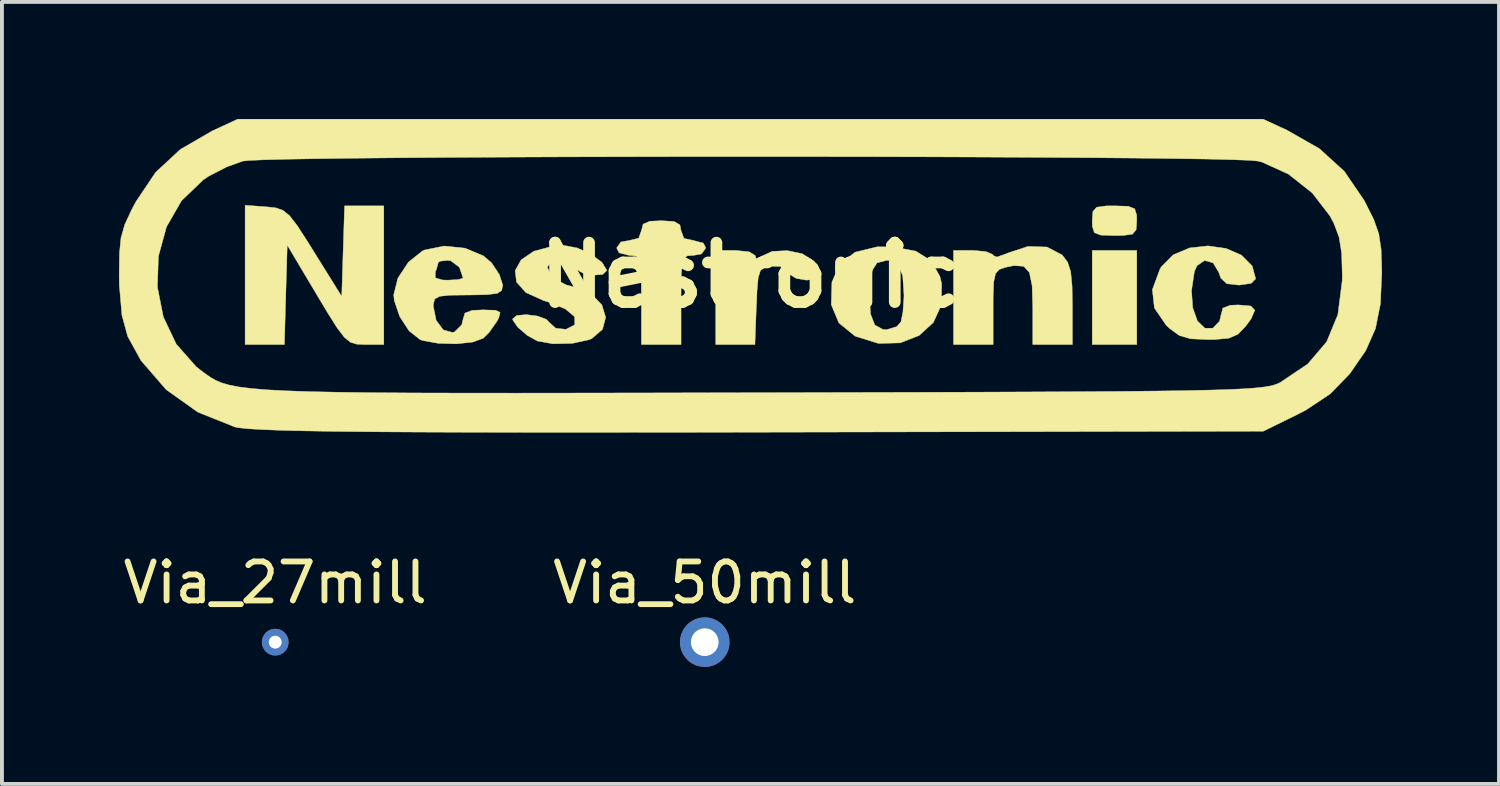
<source format=kicad_pcb>
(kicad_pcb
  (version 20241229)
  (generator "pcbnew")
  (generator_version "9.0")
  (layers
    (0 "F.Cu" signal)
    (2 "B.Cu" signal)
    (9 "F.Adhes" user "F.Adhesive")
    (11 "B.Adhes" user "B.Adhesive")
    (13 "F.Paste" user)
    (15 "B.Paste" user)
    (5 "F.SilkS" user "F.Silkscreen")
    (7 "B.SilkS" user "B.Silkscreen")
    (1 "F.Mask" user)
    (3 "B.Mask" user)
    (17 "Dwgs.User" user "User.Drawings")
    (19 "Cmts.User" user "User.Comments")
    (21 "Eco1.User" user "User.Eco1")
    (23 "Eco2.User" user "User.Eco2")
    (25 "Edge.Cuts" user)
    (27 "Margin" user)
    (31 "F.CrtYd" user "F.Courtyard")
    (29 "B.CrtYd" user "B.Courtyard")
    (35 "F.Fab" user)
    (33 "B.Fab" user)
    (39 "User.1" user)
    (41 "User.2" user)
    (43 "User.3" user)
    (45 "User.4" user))
  (footprint "Via_27mill"
    (layer "F.Cu")
    (at 4.006 13.413)
    (property "Reference" "Via_27mill" (at 0 -1.524 0) (layer "F.SilkS") (effects (font (size 1 1) (thickness 0.15))))
    (attr through_hole)
    (pad "" thru_hole circle (at 0 0) (size 0.686 0.686) (drill 0.33) (layers "*.Cu")))
  (footprint "Via_50mill"
    (layer "F.Cu")
    (at 15.018 13.413)
    (property "Reference" "Via_50mill" (at 0 -1.524 0) (layer "F.SilkS") (effects (font (size 1 1) (thickness 0.15))))
    (attr through_hole)
    (pad "" thru_hole circle (at 0 0) (size 1.27 1.27) (drill 0.711) (layers "*.Cu")))
  (footprint "Nestronic"
    (layer "F.Cu")
    (at 16.188 4.005)
    (property "Reference" "Nestronic" (at 0 0 0) (layer "F.SilkS") (effects (font (size 1.524 1.524) (thickness 0.3))))
    (attr through_hole)
    (fp_poly (pts (xy 9.906 1.778) (xy 8.763 1.778) (xy 8.763 -0.635) (xy 9.906 -0.635) (xy 9.906 1.778)) (stroke (width 0.01) (type solid)) (fill yes) (layer "F.SilkS"))
    (fp_poly (pts (xy 9.686 -1.767) (xy 9.852 -1.703) (xy 9.903 -1.541) (xy 9.906 -1.397) (xy 9.889 -1.163) (xy 9.794 -1.052) (xy 9.55 -1.018) (xy 9.335 -1.016) (xy 8.983 -1.027) (xy 8.817 -1.091) (xy 8.766 -1.253) (xy 8.763 -1.397) (xy 8.78 -1.631) (xy 8.875 -1.742) (xy 9.119 -1.776) (xy 9.335 -1.778) (xy 9.686 -1.767)) (stroke (width 0.01) (type solid)) (fill yes) (layer "F.SilkS"))
    (fp_poly (pts (xy -12.418 -1.754) (xy -12.173 -1.728) (xy -11.987 -1.665) (xy -11.815 -1.525) (xy -11.616 -1.268) (xy -11.348 -0.854) (xy -11.18 -0.584) (xy -10.477 0.546) (xy -10.441 -0.616) (xy -10.404 -1.778) (xy -9.901 -1.778) (xy -9.398 -1.778) (xy -9.398 1.778) (xy -9.877 1.778) (xy -10.086 1.77) (xy -10.25 1.722) (xy -10.407 1.596) (xy -10.591 1.356) (xy -10.838 0.965) (xy -11.115 0.503) (xy -11.874 -0.772) (xy -11.911 0.503) (xy -11.947 1.778) (xy -12.954 1.778) (xy -12.954 -1.793) (xy -12.418 -1.754)) (stroke (width 0.01) (type solid)) (fill yes) (layer "F.SilkS"))
    (fp_poly (pts (xy -0.033 -0.6) (xy 0.123 -0.505) (xy 0.127 -0.483) (xy 0.164 -0.394) (xy 0.279 -0.483) (xy 0.556 -0.61) (xy 0.944 -0.63) (xy 1.326 -0.551) (xy 1.568 -0.403) (xy 1.731 -0.166) (xy 1.778 -0.022) (xy 1.677 0.094) (xy 1.442 0.127) (xy 1.178 0.083) (xy 0.991 -0.03) (xy 0.967 -0.072) (xy 0.782 -0.222) (xy 0.54 -0.231) (xy 0.364 -0.2) (xy 0.258 -0.12) (xy 0.2 0.062) (xy 0.17 0.403) (xy 0.153 0.794) (xy 0.116 1.778) (xy -0.889 1.778) (xy -0.889 -0.635) (xy -0.381 -0.635) (xy -0.033 -0.6)) (stroke (width 0.01) (type solid)) (fill yes) (layer "F.SilkS"))
    (fp_poly (pts (xy 7.603 -0.722) (xy 7.987 -0.522) (xy 8.001 -0.508) (xy 8.133 -0.333) (xy 8.211 -0.093) (xy 8.247 0.277) (xy 8.255 0.762) (xy 8.255 1.778) (xy 7.239 1.778) (xy 7.239 0.822) (xy 7.222 0.268) (xy 7.153 -0.069) (xy 7.007 -0.228) (xy 6.759 -0.246) (xy 6.54 -0.202) (xy 6.378 -0.146) (xy 6.284 -0.04) (xy 6.238 0.173) (xy 6.224 0.552) (xy 6.223 0.828) (xy 6.223 1.778) (xy 5.207 1.778) (xy 5.207 -0.635) (xy 5.715 -0.635) (xy 6.033 -0.606) (xy 6.21 -0.534) (xy 6.223 -0.505) (xy 6.319 -0.465) (xy 6.563 -0.551) (xy 6.598 -0.568) (xy 7.117 -0.738) (xy 7.603 -0.722)) (stroke (width 0.01) (type solid)) (fill yes) (layer "F.SilkS"))
    (fp_poly (pts (xy -1.954 -1.376) (xy -1.807 -1.29) (xy -1.778 -1.143) (xy -1.704 -0.944) (xy -1.46 -0.889) (xy -1.205 -0.823) (xy -1.143 -0.699) (xy -1.253 -0.545) (xy -1.46 -0.508) (xy -1.611 -0.499) (xy -1.704 -0.439) (xy -1.754 -0.279) (xy -1.774 0.029) (xy -1.778 0.534) (xy -1.778 0.635) (xy -1.778 1.778) (xy -2.794 1.778) (xy -2.794 0.635) (xy -2.797 0.094) (xy -2.813 -0.242) (xy -2.857 -0.422) (xy -2.943 -0.494) (xy -3.083 -0.508) (xy -3.111 -0.508) (xy -3.367 -0.574) (xy -3.429 -0.699) (xy -3.319 -0.852) (xy -3.111 -0.889) (xy -2.863 -0.949) (xy -2.794 -1.143) (xy -2.751 -1.309) (xy -2.579 -1.383) (xy -2.286 -1.397) (xy -1.954 -1.376)) (stroke (width 0.01) (type solid)) (fill yes) (layer "F.SilkS"))
    (fp_poly (pts (xy 3.649 -0.727) (xy 4.241 -0.616) (xy 4.634 -0.37) (xy 4.858 0.032) (xy 4.902 0.21) (xy 4.897 0.759) (xy 4.69 1.214) (xy 4.324 1.547) (xy 3.842 1.735) (xy 3.286 1.75) (xy 2.698 1.567) (xy 2.675 1.556) (xy 2.268 1.224) (xy 2.073 0.756) (xy 2.08 0.508) (xy 3.048 0.508) (xy 3.08 0.996) (xy 3.189 1.277) (xy 3.395 1.39) (xy 3.493 1.397) (xy 3.752 1.319) (xy 3.86 1.196) (xy 3.911 0.94) (xy 3.936 0.572) (xy 3.937 0.508) (xy 3.905 0.02) (xy 3.796 -0.261) (xy 3.59 -0.374) (xy 3.493 -0.381) (xy 3.248 -0.317) (xy 3.108 -0.099) (xy 3.052 0.312) (xy 3.048 0.508) (xy 2.08 0.508) (xy 2.09 0.178) (xy 2.291 -0.283) (xy 2.683 -0.589) (xy 3.246 -0.727) (xy 3.649 -0.727)) (stroke (width 0.01) (type solid)) (fill yes) (layer "F.SilkS"))
    (fp_poly (pts (xy 12.194 -0.686) (xy 12.593 -0.512) (xy 12.865 -0.236) (xy 12.954 0.092) (xy 12.838 0.21) (xy 12.525 0.254) (xy 12.523 0.254) (xy 12.211 0.218) (xy 12.058 0.073) (xy 12.013 -0.064) (xy 11.863 -0.316) (xy 11.645 -0.377) (xy 11.448 -0.242) (xy 11.383 -0.095) (xy 11.309 0.395) (xy 11.34 0.836) (xy 11.461 1.175) (xy 11.653 1.36) (xy 11.856 1.358) (xy 12.028 1.18) (xy 12.065 1.02) (xy 12.113 0.843) (xy 12.303 0.771) (xy 12.509 0.762) (xy 12.83 0.79) (xy 12.934 0.898) (xy 12.834 1.123) (xy 12.691 1.316) (xy 12.498 1.515) (xy 12.266 1.616) (xy 11.903 1.649) (xy 11.729 1.651) (xy 11.288 1.631) (xy 10.994 1.546) (xy 10.74 1.359) (xy 10.658 1.28) (xy 10.358 0.843) (xy 10.305 0.372) (xy 10.498 -0.152) (xy 10.535 -0.215) (xy 10.841 -0.523) (xy 11.259 -0.699) (xy 11.73 -0.751) (xy 12.194 -0.686)) (stroke (width 0.01) (type solid)) (fill yes) (layer "F.SilkS"))
    (fp_poly (pts (xy -4.436 -0.697) (xy -4.087 -0.537) (xy -3.807 -0.331) (xy -3.684 -0.131) (xy -3.683 -0.118) (xy -3.785 -0.02) (xy -4.02 -0.000017) (xy -4.283 -0.047) (xy -4.468 -0.152) (xy -4.491 -0.191) (xy -4.643 -0.329) (xy -4.885 -0.378) (xy -5.11 -0.338) (xy -5.207 -0.206) (xy -5.085 0.056) (xy -4.723 0.249) (xy -4.49 0.31) (xy -4.074 0.484) (xy -3.809 0.76) (xy -3.71 1.08) (xy -3.791 1.388) (xy -4.067 1.625) (xy -4.139 1.655) (xy -4.569 1.748) (xy -5.062 1.759) (xy -5.461 1.688) (xy -5.722 1.542) (xy -5.964 1.334) (xy -6.092 1.149) (xy -6.096 1.123) (xy -5.992 1.033) (xy -5.745 1.011) (xy -5.458 1.047) (xy -5.229 1.133) (xy -5.161 1.206) (xy -4.989 1.36) (xy -4.728 1.388) (xy -4.515 1.278) (xy -4.501 1.258) (xy -4.507 1.063) (xy -4.746 0.865) (xy -5.196 0.682) (xy -5.3 0.651) (xy -5.757 0.445) (xy -5.996 0.177) (xy -6.031 -0.116) (xy -5.878 -0.393) (xy -5.55 -0.616) (xy -5.063 -0.745) (xy -4.771 -0.762) (xy -4.436 -0.697)) (stroke (width 0.01) (type solid)) (fill yes) (layer "F.SilkS"))
    (fp_poly (pts (xy -7.313 -0.692) (xy -6.844 -0.495) (xy -6.636 -0.318) (xy -6.438 -0.02) (xy -6.35 0.249) (xy -6.35 0.261) (xy -6.376 0.391) (xy -6.489 0.466) (xy -6.745 0.499) (xy -7.195 0.508) (xy -7.239 0.508) (xy -7.704 0.513) (xy -7.97 0.542) (xy -8.093 0.611) (xy -8.127 0.74) (xy -8.128 0.801) (xy -8.056 1.158) (xy -7.874 1.402) (xy -7.637 1.468) (xy -7.585 1.454) (xy -7.4 1.271) (xy -7.366 1.129) (xy -7.319 0.972) (xy -7.134 0.902) (xy -6.854 0.889) (xy -6.533 0.899) (xy -6.416 0.954) (xy -6.452 1.096) (xy -6.493 1.175) (xy -6.694 1.463) (xy -6.847 1.615) (xy -7.118 1.715) (xy -7.535 1.76) (xy -7.994 1.748) (xy -8.392 1.677) (xy -8.471 1.65) (xy -8.751 1.428) (xy -8.991 1.06) (xy -9.131 0.649) (xy -9.144 0.502) (xy -9.038 0.076) (xy -8.939 -0.074) (xy -8.078 -0.074) (xy -8.077 0.069) (xy -7.893 0.123) (xy -7.761 0.127) (xy -7.487 0.112) (xy -7.366 0.076) (xy -7.366 0.074) (xy -7.461 -0.204) (xy -7.682 -0.37) (xy -7.761 -0.381) (xy -7.96 -0.358) (xy -8.001 -0.328) (xy -8.041 -0.179) (xy -8.078 -0.074) (xy -8.939 -0.074) (xy -8.767 -0.335) (xy -8.407 -0.622) (xy -8.355 -0.646) (xy -7.851 -0.748) (xy -7.313 -0.692)) (stroke (width 0.01) (type solid)) (fill yes) (layer "F.SilkS"))
    (fp_poly (pts (xy 13.758 -3.717) (xy 14.587 -3.245) (xy 15.227 -2.662) (xy 15.736 -1.915) (xy 15.755 -1.879) (xy 15.979 -1.433) (xy 16.109 -1.066) (xy 16.169 -0.671) (xy 16.187 -0.143) (xy 16.187 -0.064) (xy 16.152 0.732) (xy 16.025 1.369) (xy 15.777 1.931) (xy 15.381 2.506) (xy 15.362 2.531) (xy 14.868 3.041) (xy 14.239 3.459) (xy 14.01 3.577) (xy 13.15 4) (xy 0.257 4.025) (xy -1.961 4.029) (xy -3.936 4.03) (xy -5.683 4.03) (xy -7.212 4.027) (xy -8.537 4.022) (xy -9.669 4.015) (xy -10.621 4.005) (xy -11.405 3.992) (xy -12.034 3.977) (xy -12.52 3.958) (xy -12.875 3.937) (xy -13.111 3.912) (xy -13.217 3.892) (xy -14.166 3.511) (xy -14.979 2.933) (xy -15.625 2.186) (xy -15.965 1.567) (xy -16.112 1.027) (xy -16.175 0.3) (xy -15.203 0.3) (xy -15.052 1.067) (xy -14.72 1.766) (xy -14.208 2.347) (xy -14.09 2.44) (xy -13.961 2.535) (xy -13.84 2.62) (xy -13.709 2.695) (xy -13.555 2.76) (xy -13.363 2.816) (xy -13.116 2.864) (xy -12.801 2.904) (xy -12.402 2.938) (xy -11.904 2.964) (xy -11.292 2.985) (xy -10.551 3.001) (xy -9.665 3.012) (xy -8.621 3.019) (xy -7.403 3.022) (xy -5.995 3.023) (xy -4.383 3.021) (xy -2.552 3.018) (xy -0.486 3.013) (xy 0.191 3.012) (xy 2.292 3.007) (xy 4.154 3.003) (xy 5.793 2.998) (xy 7.222 2.992) (xy 8.458 2.986) (xy 9.514 2.979) (xy 10.407 2.97) (xy 11.15 2.959) (xy 11.76 2.946) (xy 12.25 2.931) (xy 12.637 2.913) (xy 12.935 2.892) (xy 13.158 2.868) (xy 13.323 2.841) (xy 13.444 2.809) (xy 13.536 2.774) (xy 13.589 2.747) (xy 14.289 2.276) (xy 14.774 1.707) (xy 15.061 1.01) (xy 15.171 0.149) (xy 15.174 0) (xy 15.158 -0.562) (xy 15.093 -0.972) (xy 14.959 -1.329) (xy 14.859 -1.518) (xy 14.404 -2.108) (xy 13.796 -2.59) (xy 13.122 -2.897) (xy 13.008 -2.926) (xy 12.802 -2.945) (xy 12.363 -2.961) (xy 11.713 -2.977) (xy 10.873 -2.99) (xy 9.864 -3.002) (xy 8.708 -3.012) (xy 7.425 -3.021) (xy 6.038 -3.028) (xy 4.567 -3.034) (xy 3.034 -3.038) (xy 1.461 -3.04) (xy -0.133 -3.04) (xy -1.724 -3.04) (xy -3.293 -3.037) (xy -4.817 -3.033) (xy -6.275 -3.027) (xy -7.646 -3.02) (xy -8.909 -3.011) (xy -10.043 -3) (xy -11.025 -2.988) (xy -11.835 -2.974) (xy -12.452 -2.959) (xy -12.853 -2.942) (xy -13.008 -2.926) (xy -13.426 -2.777) (xy -13.88 -2.542) (xy -14.024 -2.447) (xy -14.585 -1.909) (xy -14.97 -1.238) (xy -15.176 -0.485) (xy -15.203 0.3) (xy -16.175 0.3) (xy -16.179 0.261) (xy -16.183 0) (xy -16.176 -0.558) (xy -16.136 -0.959) (xy -16.039 -1.299) (xy -15.864 -1.676) (xy -15.757 -1.879) (xy -15.249 -2.636) (xy -14.614 -3.225) (xy -13.793 -3.701) (xy -13.758 -3.717) (xy -13.145 -4) (xy 13.145 -4) (xy 13.758 -3.717)) (stroke (width 0.01) (type solid)) (fill yes) (layer "F.SilkS")))
  (gr_rect
    (start -3 -3)
    (end 35.38 17.048)
    (stroke (width 0.1) (type default))
    (fill no)
    (layer "Edge.Cuts")))
</source>
